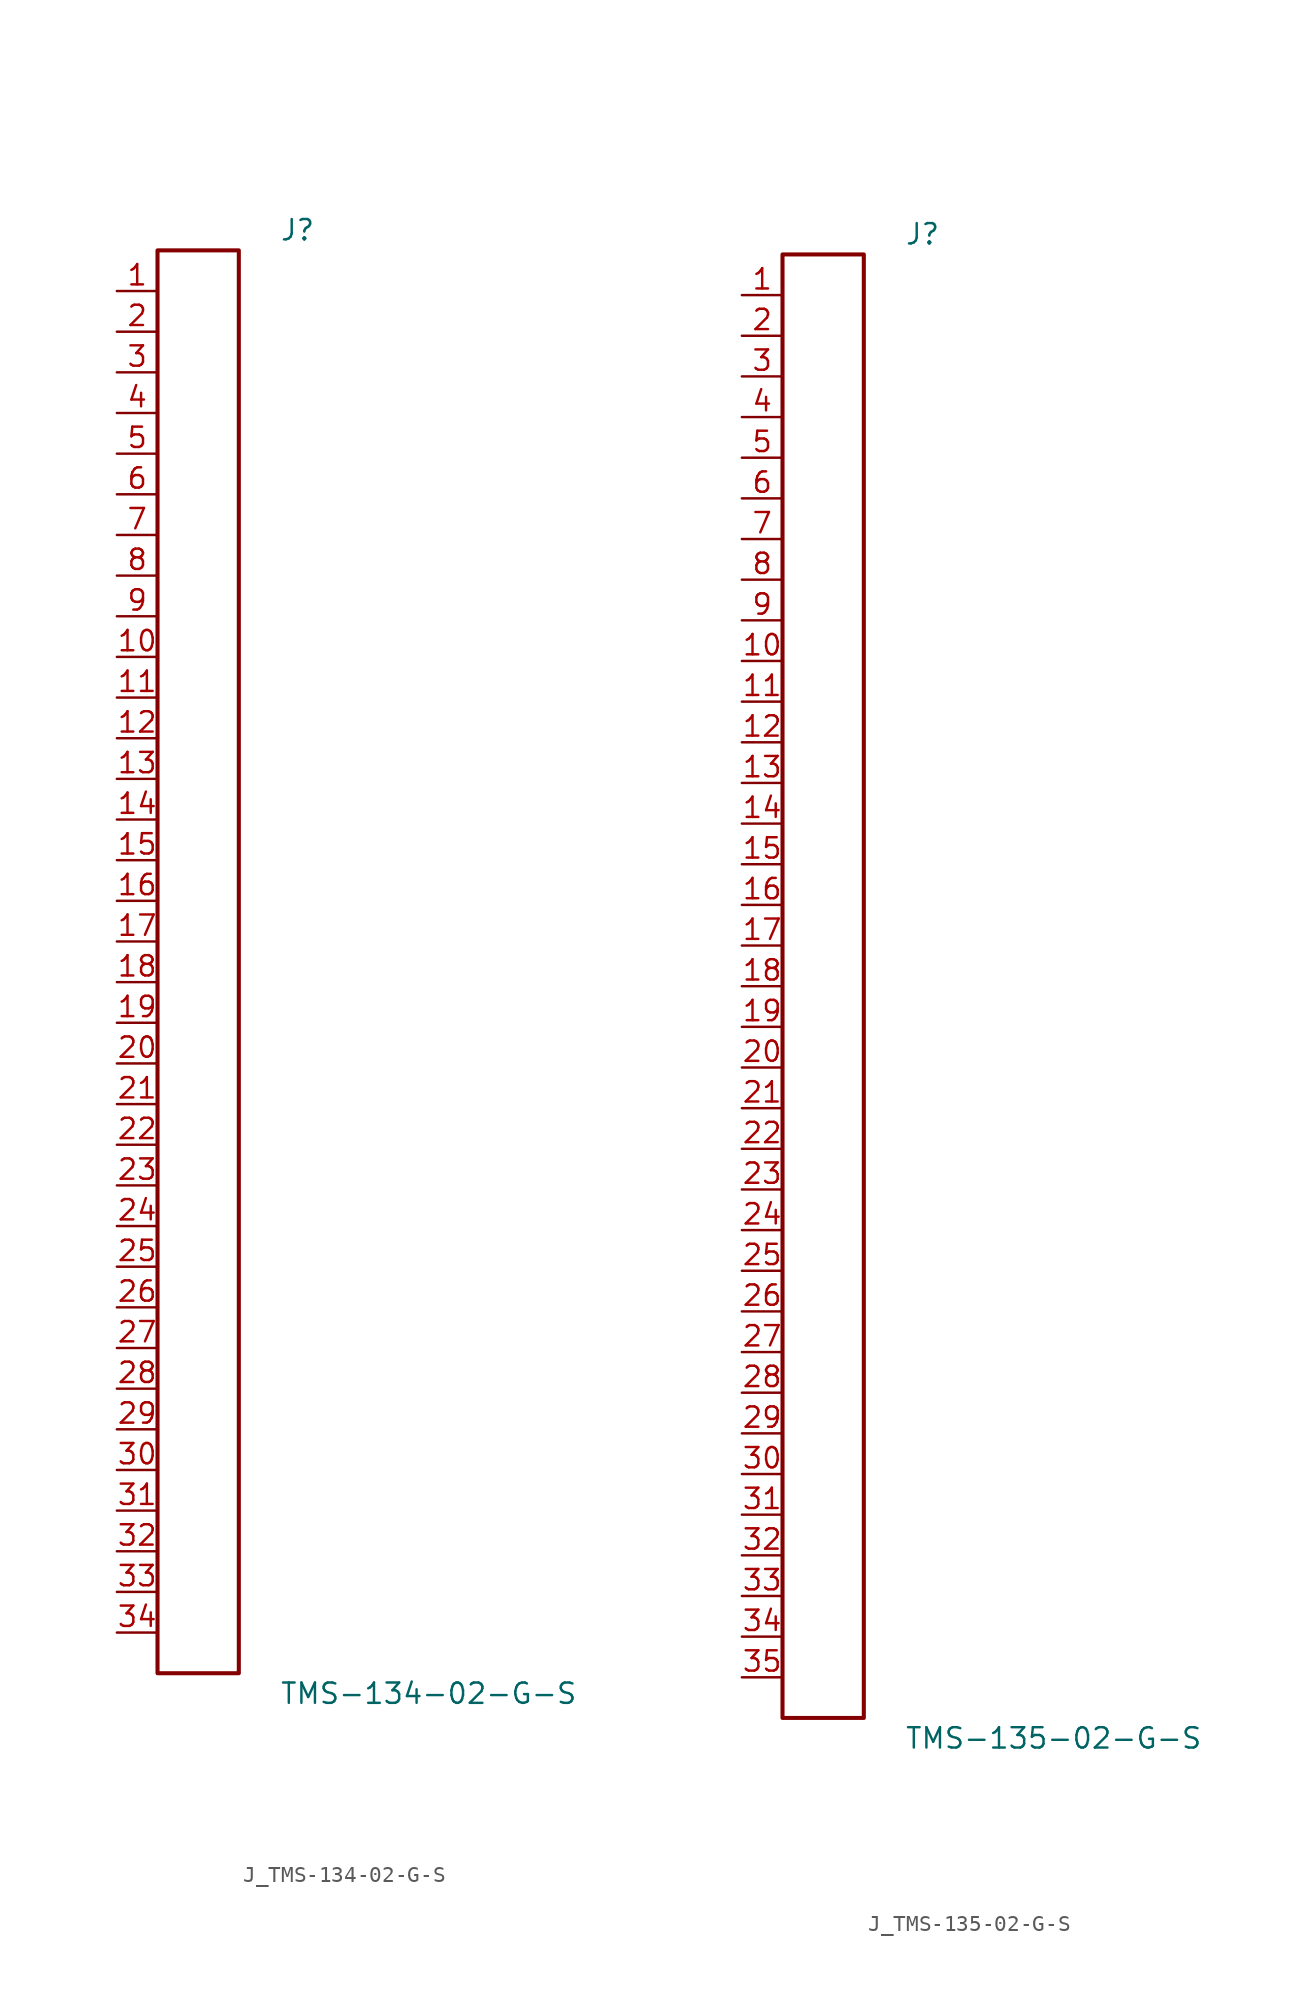
<source format=kicad_sym>
(kicad_symbol_lib
  (version 20231120)
  (generator kicad_symbol_editor)
  (generator_version 8.0)
  (symbol "J_TMS-134-02-G-S"
    (pin_names
      (offset 0.254))
    (property "Reference" "J"
      (at 5.08 45.72 0)
      (effects (font (size 1.27 1.27)) (justify left)))
    (property "Value" "TMS-134-02-G-S"
      (at 5.08 -45.72 0)
      (effects (font (size 1.27 1.27)) (justify left)))
    (symbol "J_TMS-134-02-G-S_0_0"
      (pin passive line (at -5.08 41.91 0) (length 2.54) (name "" (effects (font (size 1.27 1.27)))) (number "1" (effects (font (size 1.27 1.27)))))
      (pin passive line (at -5.08 39.37 0) (length 2.54) (name "" (effects (font (size 1.27 1.27)))) (number "2" (effects (font (size 1.27 1.27)))))
      (pin passive line (at -5.08 36.83 0) (length 2.54) (name "" (effects (font (size 1.27 1.27)))) (number "3" (effects (font (size 1.27 1.27)))))
      (pin passive line (at -5.08 34.29 0) (length 2.54) (name "" (effects (font (size 1.27 1.27)))) (number "4" (effects (font (size 1.27 1.27)))))
      (pin passive line (at -5.08 31.75 0) (length 2.54) (name "" (effects (font (size 1.27 1.27)))) (number "5" (effects (font (size 1.27 1.27)))))
      (pin passive line (at -5.08 29.21 0) (length 2.54) (name "" (effects (font (size 1.27 1.27)))) (number "6" (effects (font (size 1.27 1.27)))))
      (pin passive line (at -5.08 26.67 0) (length 2.54) (name "" (effects (font (size 1.27 1.27)))) (number "7" (effects (font (size 1.27 1.27)))))
      (pin passive line (at -5.08 24.13 0) (length 2.54) (name "" (effects (font (size 1.27 1.27)))) (number "8" (effects (font (size 1.27 1.27)))))
      (pin passive line (at -5.08 21.59 0) (length 2.54) (name "" (effects (font (size 1.27 1.27)))) (number "9" (effects (font (size 1.27 1.27)))))
      (pin passive line (at -5.08 19.05 0) (length 2.54) (name "" (effects (font (size 1.27 1.27)))) (number "10" (effects (font (size 1.27 1.27)))))
      (pin passive line (at -5.08 16.51 0) (length 2.54) (name "" (effects (font (size 1.27 1.27)))) (number "11" (effects (font (size 1.27 1.27)))))
      (pin passive line (at -5.08 13.97 0) (length 2.54) (name "" (effects (font (size 1.27 1.27)))) (number "12" (effects (font (size 1.27 1.27)))))
      (pin passive line (at -5.08 11.43 0) (length 2.54) (name "" (effects (font (size 1.27 1.27)))) (number "13" (effects (font (size 1.27 1.27)))))
      (pin passive line (at -5.08 8.89 0) (length 2.54) (name "" (effects (font (size 1.27 1.27)))) (number "14" (effects (font (size 1.27 1.27)))))
      (pin passive line (at -5.08 6.35 0) (length 2.54) (name "" (effects (font (size 1.27 1.27)))) (number "15" (effects (font (size 1.27 1.27)))))
      (pin passive line (at -5.08 3.81 0) (length 2.54) (name "" (effects (font (size 1.27 1.27)))) (number "16" (effects (font (size 1.27 1.27)))))
      (pin passive line (at -5.08 1.27 0) (length 2.54) (name "" (effects (font (size 1.27 1.27)))) (number "17" (effects (font (size 1.27 1.27)))))
      (pin passive line (at -5.08 -1.27 0) (length 2.54) (name "" (effects (font (size 1.27 1.27)))) (number "18" (effects (font (size 1.27 1.27)))))
      (pin passive line (at -5.08 -3.81 0) (length 2.54) (name "" (effects (font (size 1.27 1.27)))) (number "19" (effects (font (size 1.27 1.27)))))
      (pin passive line (at -5.08 -6.35 0) (length 2.54) (name "" (effects (font (size 1.27 1.27)))) (number "20" (effects (font (size 1.27 1.27)))))
      (pin passive line (at -5.08 -8.89 0) (length 2.54) (name "" (effects (font (size 1.27 1.27)))) (number "21" (effects (font (size 1.27 1.27)))))
      (pin passive line (at -5.08 -11.43 0) (length 2.54) (name "" (effects (font (size 1.27 1.27)))) (number "22" (effects (font (size 1.27 1.27)))))
      (pin passive line (at -5.08 -13.97 0) (length 2.54) (name "" (effects (font (size 1.27 1.27)))) (number "23" (effects (font (size 1.27 1.27)))))
      (pin passive line (at -5.08 -16.51 0) (length 2.54) (name "" (effects (font (size 1.27 1.27)))) (number "24" (effects (font (size 1.27 1.27)))))
      (pin passive line (at -5.08 -19.05 0) (length 2.54) (name "" (effects (font (size 1.27 1.27)))) (number "25" (effects (font (size 1.27 1.27)))))
      (pin passive line (at -5.08 -21.59 0) (length 2.54) (name "" (effects (font (size 1.27 1.27)))) (number "26" (effects (font (size 1.27 1.27)))))
      (pin passive line (at -5.08 -24.13 0) (length 2.54) (name "" (effects (font (size 1.27 1.27)))) (number "27" (effects (font (size 1.27 1.27)))))
      (pin passive line (at -5.08 -26.67 0) (length 2.54) (name "" (effects (font (size 1.27 1.27)))) (number "28" (effects (font (size 1.27 1.27)))))
      (pin passive line (at -5.08 -29.21 0) (length 2.54) (name "" (effects (font (size 1.27 1.27)))) (number "29" (effects (font (size 1.27 1.27)))))
      (pin passive line (at -5.08 -31.75 0) (length 2.54) (name "" (effects (font (size 1.27 1.27)))) (number "30" (effects (font (size 1.27 1.27)))))
      (pin passive line (at -5.08 -34.29 0) (length 2.54) (name "" (effects (font (size 1.27 1.27)))) (number "31" (effects (font (size 1.27 1.27)))))
      (pin passive line (at -5.08 -36.83 0) (length 2.54) (name "" (effects (font (size 1.27 1.27)))) (number "32" (effects (font (size 1.27 1.27)))))
      (pin passive line (at -5.08 -39.37 0) (length 2.54) (name "" (effects (font (size 1.27 1.27)))) (number "33" (effects (font (size 1.27 1.27)))))
      (pin passive line (at -5.08 -41.91 0) (length 2.54) (name "" (effects (font (size 1.27 1.27)))) (number "34" (effects (font (size 1.27 1.27))))))
    (symbol "J_TMS-134-02-G-S_1_0"
      (rectangle (start -2.54 44.45) (end 2.54 -44.45) (stroke (width 0.254) (type solid)) (fill (type none)))))
  (symbol "J_TMS-135-02-G-S"
    (pin_names
      (offset 0.254))
    (property "Reference" "J"
      (at 5.08 46.99 0)
      (effects (font (size 1.27 1.27)) (justify left)))
    (property "Value" "TMS-135-02-G-S"
      (at 5.08 -46.99 0)
      (effects (font (size 1.27 1.27)) (justify left)))
    (symbol "J_TMS-135-02-G-S_0_0"
      (pin passive line (at -5.08 43.18 0) (length 2.54) (name "" (effects (font (size 1.27 1.27)))) (number "1" (effects (font (size 1.27 1.27)))))
      (pin passive line (at -5.08 40.64 0) (length 2.54) (name "" (effects (font (size 1.27 1.27)))) (number "2" (effects (font (size 1.27 1.27)))))
      (pin passive line (at -5.08 38.1 0) (length 2.54) (name "" (effects (font (size 1.27 1.27)))) (number "3" (effects (font (size 1.27 1.27)))))
      (pin passive line (at -5.08 35.56 0) (length 2.54) (name "" (effects (font (size 1.27 1.27)))) (number "4" (effects (font (size 1.27 1.27)))))
      (pin passive line (at -5.08 33.02 0) (length 2.54) (name "" (effects (font (size 1.27 1.27)))) (number "5" (effects (font (size 1.27 1.27)))))
      (pin passive line (at -5.08 30.48 0) (length 2.54) (name "" (effects (font (size 1.27 1.27)))) (number "6" (effects (font (size 1.27 1.27)))))
      (pin passive line (at -5.08 27.94 0) (length 2.54) (name "" (effects (font (size 1.27 1.27)))) (number "7" (effects (font (size 1.27 1.27)))))
      (pin passive line (at -5.08 25.4 0) (length 2.54) (name "" (effects (font (size 1.27 1.27)))) (number "8" (effects (font (size 1.27 1.27)))))
      (pin passive line (at -5.08 22.86 0) (length 2.54) (name "" (effects (font (size 1.27 1.27)))) (number "9" (effects (font (size 1.27 1.27)))))
      (pin passive line (at -5.08 20.32 0) (length 2.54) (name "" (effects (font (size 1.27 1.27)))) (number "10" (effects (font (size 1.27 1.27)))))
      (pin passive line (at -5.08 17.78 0) (length 2.54) (name "" (effects (font (size 1.27 1.27)))) (number "11" (effects (font (size 1.27 1.27)))))
      (pin passive line (at -5.08 15.24 0) (length 2.54) (name "" (effects (font (size 1.27 1.27)))) (number "12" (effects (font (size 1.27 1.27)))))
      (pin passive line (at -5.08 12.7 0) (length 2.54) (name "" (effects (font (size 1.27 1.27)))) (number "13" (effects (font (size 1.27 1.27)))))
      (pin passive line (at -5.08 10.16 0) (length 2.54) (name "" (effects (font (size 1.27 1.27)))) (number "14" (effects (font (size 1.27 1.27)))))
      (pin passive line (at -5.08 7.62 0) (length 2.54) (name "" (effects (font (size 1.27 1.27)))) (number "15" (effects (font (size 1.27 1.27)))))
      (pin passive line (at -5.08 5.08 0) (length 2.54) (name "" (effects (font (size 1.27 1.27)))) (number "16" (effects (font (size 1.27 1.27)))))
      (pin passive line (at -5.08 2.54 0) (length 2.54) (name "" (effects (font (size 1.27 1.27)))) (number "17" (effects (font (size 1.27 1.27)))))
      (pin passive line (at -5.08 0.0 0) (length 2.54) (name "" (effects (font (size 1.27 1.27)))) (number "18" (effects (font (size 1.27 1.27)))))
      (pin passive line (at -5.08 -2.54 0) (length 2.54) (name "" (effects (font (size 1.27 1.27)))) (number "19" (effects (font (size 1.27 1.27)))))
      (pin passive line (at -5.08 -5.08 0) (length 2.54) (name "" (effects (font (size 1.27 1.27)))) (number "20" (effects (font (size 1.27 1.27)))))
      (pin passive line (at -5.08 -7.62 0) (length 2.54) (name "" (effects (font (size 1.27 1.27)))) (number "21" (effects (font (size 1.27 1.27)))))
      (pin passive line (at -5.08 -10.16 0) (length 2.54) (name "" (effects (font (size 1.27 1.27)))) (number "22" (effects (font (size 1.27 1.27)))))
      (pin passive line (at -5.08 -12.7 0) (length 2.54) (name "" (effects (font (size 1.27 1.27)))) (number "23" (effects (font (size 1.27 1.27)))))
      (pin passive line (at -5.08 -15.24 0) (length 2.54) (name "" (effects (font (size 1.27 1.27)))) (number "24" (effects (font (size 1.27 1.27)))))
      (pin passive line (at -5.08 -17.78 0) (length 2.54) (name "" (effects (font (size 1.27 1.27)))) (number "25" (effects (font (size 1.27 1.27)))))
      (pin passive line (at -5.08 -20.32 0) (length 2.54) (name "" (effects (font (size 1.27 1.27)))) (number "26" (effects (font (size 1.27 1.27)))))
      (pin passive line (at -5.08 -22.86 0) (length 2.54) (name "" (effects (font (size 1.27 1.27)))) (number "27" (effects (font (size 1.27 1.27)))))
      (pin passive line (at -5.08 -25.4 0) (length 2.54) (name "" (effects (font (size 1.27 1.27)))) (number "28" (effects (font (size 1.27 1.27)))))
      (pin passive line (at -5.08 -27.94 0) (length 2.54) (name "" (effects (font (size 1.27 1.27)))) (number "29" (effects (font (size 1.27 1.27)))))
      (pin passive line (at -5.08 -30.48 0) (length 2.54) (name "" (effects (font (size 1.27 1.27)))) (number "30" (effects (font (size 1.27 1.27)))))
      (pin passive line (at -5.08 -33.02 0) (length 2.54) (name "" (effects (font (size 1.27 1.27)))) (number "31" (effects (font (size 1.27 1.27)))))
      (pin passive line (at -5.08 -35.56 0) (length 2.54) (name "" (effects (font (size 1.27 1.27)))) (number "32" (effects (font (size 1.27 1.27)))))
      (pin passive line (at -5.08 -38.1 0) (length 2.54) (name "" (effects (font (size 1.27 1.27)))) (number "33" (effects (font (size 1.27 1.27)))))
      (pin passive line (at -5.08 -40.64 0) (length 2.54) (name "" (effects (font (size 1.27 1.27)))) (number "34" (effects (font (size 1.27 1.27)))))
      (pin passive line (at -5.08 -43.18 0) (length 2.54) (name "" (effects (font (size 1.27 1.27)))) (number "35" (effects (font (size 1.27 1.27))))))
    (symbol "J_TMS-135-02-G-S_1_0"
      (rectangle (start -2.54 45.72) (end 2.54 -45.72) (stroke (width 0.254) (type solid)) (fill (type none))))))
</source>
